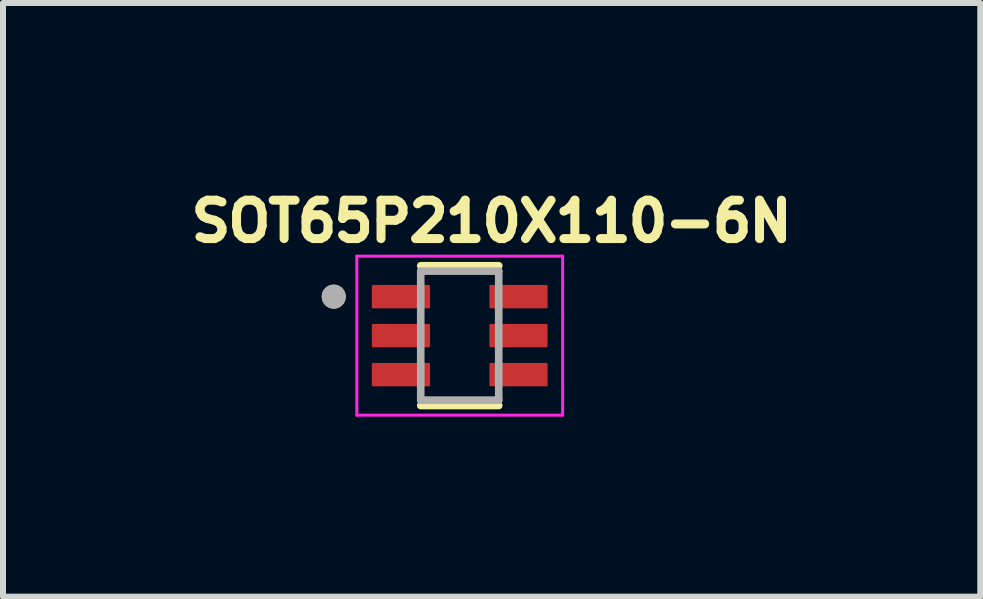
<source format=kicad_pcb>
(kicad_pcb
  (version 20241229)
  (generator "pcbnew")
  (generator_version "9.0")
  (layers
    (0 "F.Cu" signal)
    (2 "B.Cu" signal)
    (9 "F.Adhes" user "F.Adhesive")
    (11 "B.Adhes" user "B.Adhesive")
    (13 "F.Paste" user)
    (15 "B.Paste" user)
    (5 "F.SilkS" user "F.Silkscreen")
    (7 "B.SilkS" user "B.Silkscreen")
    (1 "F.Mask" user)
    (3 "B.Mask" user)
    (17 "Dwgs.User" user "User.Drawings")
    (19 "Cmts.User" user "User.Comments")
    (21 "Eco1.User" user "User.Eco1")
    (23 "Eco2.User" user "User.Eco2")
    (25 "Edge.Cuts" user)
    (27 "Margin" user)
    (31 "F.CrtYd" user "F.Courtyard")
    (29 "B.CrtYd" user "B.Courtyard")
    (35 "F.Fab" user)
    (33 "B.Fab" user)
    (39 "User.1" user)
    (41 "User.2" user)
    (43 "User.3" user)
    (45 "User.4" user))
  (footprint "SOT65P210X110-6N"
    (layer "F.Cu")
    (at 4.612 2.544)
    (property "Reference" "SOT65P210X110-6N" (at 0.532 -1.906 0) (layer "F.SilkS") (effects (font (size 0.64 0.64) (thickness 0.15))))
    (attr smd)
    (fp_line (start -0.65 -1.165) (end 0.65 -1.165) (stroke (width 0.127) (type solid)) (layer "F.SilkS"))
    (fp_line (start -0.65 1.165) (end 0.65 1.165) (stroke (width 0.127) (type solid)) (layer "F.SilkS"))
    (fp_circle (center -2.1 -0.65) (end -2 -0.65) (stroke (width 0.2) (type solid)) (fill no) (layer "F.SilkS"))
    (fp_line (start -1.715 -1.325) (end 1.715 -1.325) (stroke (width 0.05) (type solid)) (layer "F.CrtYd"))
    (fp_line (start -1.715 1.325) (end -1.715 -1.325) (stroke (width 0.05) (type solid)) (layer "F.CrtYd"))
    (fp_line (start 1.715 1.325) (end -1.715 1.325) (stroke (width 0.05) (type solid)) (layer "F.CrtYd"))
    (fp_line (start 1.715 1.325) (end 1.715 -1.325) (stroke (width 0.05) (type solid)) (layer "F.CrtYd"))
    (fp_line (start -0.65 -1.075) (end 0.65 -1.075) (stroke (width 0.127) (type solid)) (layer "F.Fab"))
    (fp_line (start -0.65 1.075) (end -0.65 -1.075) (stroke (width 0.127) (type solid)) (layer "F.Fab"))
    (fp_line (start 0.65 -1.075) (end 0.65 1.075) (stroke (width 0.127) (type solid)) (layer "F.Fab"))
    (fp_line (start 0.65 1.075) (end -0.65 1.075) (stroke (width 0.127) (type solid)) (layer "F.Fab"))
    (fp_circle (center -2.1 -0.65) (end -2 -0.65) (stroke (width 0.2) (type solid)) (fill no) (layer "F.Fab"))
    (pad "1" smd roundrect (at -0.98 -0.65) (size 0.97 0.39) (layers "F.Cu" "F.Mask" "F.Paste") (roundrect_rratio 0.05))
    (pad "2" smd roundrect (at -0.98 0) (size 0.97 0.39) (layers "F.Cu" "F.Mask" "F.Paste") (roundrect_rratio 0.05))
    (pad "3" smd roundrect (at -0.98 0.65) (size 0.97 0.39) (layers "F.Cu" "F.Mask" "F.Paste") (roundrect_rratio 0.05))
    (pad "4" smd roundrect (at 0.98 0.65 180) (size 0.97 0.39) (layers "F.Cu" "F.Mask" "F.Paste") (roundrect_rratio 0.05))
    (pad "5" smd roundrect (at 0.98 0 180) (size 0.97 0.39) (layers "F.Cu" "F.Mask" "F.Paste") (roundrect_rratio 0.05))
    (pad "6" smd roundrect (at 0.98 -0.65 180) (size 0.97 0.39) (layers "F.Cu" "F.Mask" "F.Paste") (roundrect_rratio 0.05)))
  (gr_rect
    (start -3 -3)
    (end 13.288 6.894)
    (stroke (width 0.1) (type default))
    (fill no)
    (layer "Edge.Cuts")))
</source>
